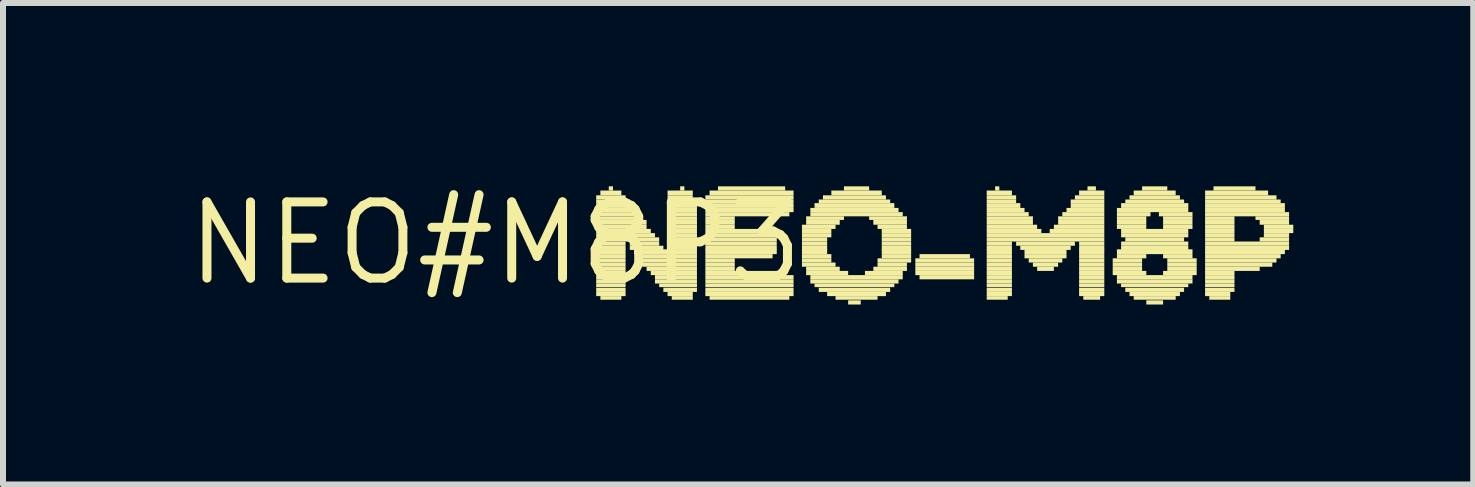
<source format=kicad_pcb>
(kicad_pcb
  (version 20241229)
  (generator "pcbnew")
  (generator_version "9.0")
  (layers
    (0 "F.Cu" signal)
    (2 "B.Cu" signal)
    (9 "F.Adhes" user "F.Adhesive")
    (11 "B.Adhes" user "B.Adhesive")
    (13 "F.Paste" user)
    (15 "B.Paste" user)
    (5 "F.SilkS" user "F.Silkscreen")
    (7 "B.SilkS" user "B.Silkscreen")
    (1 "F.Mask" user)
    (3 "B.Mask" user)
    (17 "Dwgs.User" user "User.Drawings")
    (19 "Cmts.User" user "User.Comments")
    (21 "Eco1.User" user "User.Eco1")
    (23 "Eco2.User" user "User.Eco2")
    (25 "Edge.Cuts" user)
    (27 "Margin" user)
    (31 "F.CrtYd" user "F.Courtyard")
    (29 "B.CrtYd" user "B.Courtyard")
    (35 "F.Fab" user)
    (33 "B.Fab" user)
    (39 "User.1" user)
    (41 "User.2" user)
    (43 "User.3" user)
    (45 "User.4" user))
  (footprint "NEO#M8P3"
    (layer "F.Cu")
    (at 5.208 1.006)
    (property "Reference" "NEO#M8P3" (at 0 0 0) (layer "F.SilkS") (effects (font (size 1.27 1.27) (thickness 0.15))))
    (fp_poly (pts (xy 1.68 -0.73) (xy 2.17 -0.73) (xy 2.17 -0.8) (xy 1.68 -0.8)) (stroke (width 0) (type solid)) (fill yes) (layer "F.SilkS"))
    (fp_poly (pts (xy 1.68 -0.67) (xy 2.24 -0.67) (xy 2.24 -0.73) (xy 1.68 -0.73)) (stroke (width 0) (type solid)) (fill yes) (layer "F.SilkS"))
    (fp_poly (pts (xy 1.68 -0.59) (xy 2.31 -0.59) (xy 2.31 -0.67) (xy 1.68 -0.67)) (stroke (width 0) (type solid)) (fill yes) (layer "F.SilkS"))
    (fp_poly (pts (xy 1.68 -0.52) (xy 2.31 -0.52) (xy 2.31 -0.59) (xy 1.68 -0.59)) (stroke (width 0) (type solid)) (fill yes) (layer "F.SilkS"))
    (fp_poly (pts (xy 1.68 -0.45) (xy 2.38 -0.45) (xy 2.38 -0.52) (xy 1.68 -0.52)) (stroke (width 0) (type solid)) (fill yes) (layer "F.SilkS"))
    (fp_poly (pts (xy 1.68 -0.39) (xy 2.45 -0.39) (xy 2.45 -0.45) (xy 1.68 -0.45)) (stroke (width 0) (type solid)) (fill yes) (layer "F.SilkS"))
    (fp_poly (pts (xy 1.68 -0.31) (xy 2.52 -0.31) (xy 2.52 -0.39) (xy 1.68 -0.39)) (stroke (width 0) (type solid)) (fill yes) (layer "F.SilkS"))
    (fp_poly (pts (xy 1.68 -0.24) (xy 2.52 -0.24) (xy 2.52 -0.31) (xy 1.68 -0.31)) (stroke (width 0) (type solid)) (fill yes) (layer "F.SilkS"))
    (fp_poly (pts (xy 1.68 -0.17) (xy 2.59 -0.17) (xy 2.59 -0.24) (xy 1.68 -0.24)) (stroke (width 0) (type solid)) (fill yes) (layer "F.SilkS"))
    (fp_poly (pts (xy 1.68 -0.1) (xy 2.66 -0.1) (xy 2.66 -0.17) (xy 1.68 -0.17)) (stroke (width 0) (type solid)) (fill yes) (layer "F.SilkS"))
    (fp_poly (pts (xy 1.68 -0.03) (xy 2.73 -0.03) (xy 2.73 -0.1) (xy 1.68 -0.1)) (stroke (width 0) (type solid)) (fill yes) (layer "F.SilkS"))
    (fp_poly (pts (xy 1.68 0.04) (xy 2.17 0.04) (xy 2.17 -0.03) (xy 1.68 -0.03)) (stroke (width 0) (type solid)) (fill yes) (layer "F.SilkS"))
    (fp_poly (pts (xy 1.68 0.11) (xy 2.17 0.11) (xy 2.17 0.04) (xy 1.68 0.04)) (stroke (width 0) (type solid)) (fill yes) (layer "F.SilkS"))
    (fp_poly (pts (xy 1.68 0.18) (xy 2.17 0.18) (xy 2.17 0.1) (xy 1.68 0.1)) (stroke (width 0) (type solid)) (fill yes) (layer "F.SilkS"))
    (fp_poly (pts (xy 1.68 0.25) (xy 2.17 0.25) (xy 2.17 0.18) (xy 1.68 0.18)) (stroke (width 0) (type solid)) (fill yes) (layer "F.SilkS"))
    (fp_poly (pts (xy 1.68 0.32) (xy 2.17 0.32) (xy 2.17 0.25) (xy 1.68 0.25)) (stroke (width 0) (type solid)) (fill yes) (layer "F.SilkS"))
    (fp_poly (pts (xy 1.68 0.39) (xy 2.17 0.39) (xy 2.17 0.32) (xy 1.68 0.32)) (stroke (width 0) (type solid)) (fill yes) (layer "F.SilkS"))
    (fp_poly (pts (xy 1.68 0.46) (xy 2.17 0.46) (xy 2.17 0.39) (xy 1.68 0.39)) (stroke (width 0) (type solid)) (fill yes) (layer "F.SilkS"))
    (fp_poly (pts (xy 1.68 0.53) (xy 2.17 0.53) (xy 2.17 0.46) (xy 1.68 0.46)) (stroke (width 0) (type solid)) (fill yes) (layer "F.SilkS"))
    (fp_poly (pts (xy 1.68 0.6) (xy 2.17 0.6) (xy 2.17 0.53) (xy 1.68 0.53)) (stroke (width 0) (type solid)) (fill yes) (layer "F.SilkS"))
    (fp_poly (pts (xy 1.68 0.67) (xy 2.17 0.67) (xy 2.17 0.6) (xy 1.68 0.6)) (stroke (width 0) (type solid)) (fill yes) (layer "F.SilkS"))
    (fp_poly (pts (xy 1.68 0.73) (xy 2.17 0.73) (xy 2.17 0.67) (xy 1.68 0.67)) (stroke (width 0) (type solid)) (fill yes) (layer "F.SilkS"))
    (fp_poly (pts (xy 1.68 0.81) (xy 2.17 0.81) (xy 2.17 0.74) (xy 1.68 0.74)) (stroke (width 0) (type solid)) (fill yes) (layer "F.SilkS"))
    (fp_poly (pts (xy 1.68 0.88) (xy 2.17 0.88) (xy 2.17 0.81) (xy 1.68 0.81)) (stroke (width 0) (type solid)) (fill yes) (layer "F.SilkS"))
    (fp_poly (pts (xy 1.75 -0.8) (xy 2.1 -0.8) (xy 2.1 -0.88) (xy 1.75 -0.88)) (stroke (width 0) (type solid)) (fill yes) (layer "F.SilkS"))
    (fp_poly (pts (xy 1.75 0.94) (xy 2.1 0.94) (xy 2.1 0.88) (xy 1.75 0.88)) (stroke (width 0) (type solid)) (fill yes) (layer "F.SilkS"))
    (fp_poly (pts (xy 1.89 -0.88) (xy 1.96 -0.88) (xy 1.96 -0.95) (xy 1.89 -0.95)) (stroke (width 0) (type solid)) (fill yes) (layer "F.SilkS"))
    (fp_poly (pts (xy 2.24 0.04) (xy 2.73 0.04) (xy 2.73 -0.03) (xy 2.24 -0.03)) (stroke (width 0) (type solid)) (fill yes) (layer "F.SilkS"))
    (fp_poly (pts (xy 2.24 0.11) (xy 2.8 0.11) (xy 2.8 0.04) (xy 2.24 0.04)) (stroke (width 0) (type solid)) (fill yes) (layer "F.SilkS"))
    (fp_poly (pts (xy 2.31 0.18) (xy 3.36 0.18) (xy 3.36 0.1) (xy 2.31 0.1)) (stroke (width 0) (type solid)) (fill yes) (layer "F.SilkS"))
    (fp_poly (pts (xy 2.38 0.25) (xy 3.36 0.25) (xy 3.36 0.18) (xy 2.38 0.18)) (stroke (width 0) (type solid)) (fill yes) (layer "F.SilkS"))
    (fp_poly (pts (xy 2.45 0.32) (xy 3.36 0.32) (xy 3.36 0.25) (xy 2.45 0.25)) (stroke (width 0) (type solid)) (fill yes) (layer "F.SilkS"))
    (fp_poly (pts (xy 2.45 0.39) (xy 3.36 0.39) (xy 3.36 0.32) (xy 2.45 0.32)) (stroke (width 0) (type solid)) (fill yes) (layer "F.SilkS"))
    (fp_poly (pts (xy 2.52 0.46) (xy 3.36 0.46) (xy 3.36 0.39) (xy 2.52 0.39)) (stroke (width 0) (type solid)) (fill yes) (layer "F.SilkS"))
    (fp_poly (pts (xy 2.59 0.53) (xy 3.36 0.53) (xy 3.36 0.46) (xy 2.59 0.46)) (stroke (width 0) (type solid)) (fill yes) (layer "F.SilkS"))
    (fp_poly (pts (xy 2.66 0.6) (xy 3.36 0.6) (xy 3.36 0.53) (xy 2.66 0.53)) (stroke (width 0) (type solid)) (fill yes) (layer "F.SilkS"))
    (fp_poly (pts (xy 2.66 0.67) (xy 3.36 0.67) (xy 3.36 0.6) (xy 2.66 0.6)) (stroke (width 0) (type solid)) (fill yes) (layer "F.SilkS"))
    (fp_poly (pts (xy 2.73 0.73) (xy 3.36 0.73) (xy 3.36 0.67) (xy 2.73 0.67)) (stroke (width 0) (type solid)) (fill yes) (layer "F.SilkS"))
    (fp_poly (pts (xy 2.8 0.81) (xy 3.36 0.81) (xy 3.36 0.74) (xy 2.8 0.74)) (stroke (width 0) (type solid)) (fill yes) (layer "F.SilkS"))
    (fp_poly (pts (xy 2.87 -0.8) (xy 3.29 -0.8) (xy 3.29 -0.88) (xy 2.87 -0.88)) (stroke (width 0) (type solid)) (fill yes) (layer "F.SilkS"))
    (fp_poly (pts (xy 2.87 -0.73) (xy 3.29 -0.73) (xy 3.29 -0.8) (xy 2.87 -0.8)) (stroke (width 0) (type solid)) (fill yes) (layer "F.SilkS"))
    (fp_poly (pts (xy 2.87 -0.67) (xy 3.36 -0.67) (xy 3.36 -0.73) (xy 2.87 -0.73)) (stroke (width 0) (type solid)) (fill yes) (layer "F.SilkS"))
    (fp_poly (pts (xy 2.87 -0.59) (xy 3.36 -0.59) (xy 3.36 -0.67) (xy 2.87 -0.67)) (stroke (width 0) (type solid)) (fill yes) (layer "F.SilkS"))
    (fp_poly (pts (xy 2.87 -0.52) (xy 3.36 -0.52) (xy 3.36 -0.59) (xy 2.87 -0.59)) (stroke (width 0) (type solid)) (fill yes) (layer "F.SilkS"))
    (fp_poly (pts (xy 2.87 -0.45) (xy 3.36 -0.45) (xy 3.36 -0.52) (xy 2.87 -0.52)) (stroke (width 0) (type solid)) (fill yes) (layer "F.SilkS"))
    (fp_poly (pts (xy 2.87 -0.39) (xy 3.36 -0.39) (xy 3.36 -0.45) (xy 2.87 -0.45)) (stroke (width 0) (type solid)) (fill yes) (layer "F.SilkS"))
    (fp_poly (pts (xy 2.87 -0.31) (xy 3.36 -0.31) (xy 3.36 -0.39) (xy 2.87 -0.39)) (stroke (width 0) (type solid)) (fill yes) (layer "F.SilkS"))
    (fp_poly (pts (xy 2.87 -0.24) (xy 3.36 -0.24) (xy 3.36 -0.31) (xy 2.87 -0.31)) (stroke (width 0) (type solid)) (fill yes) (layer "F.SilkS"))
    (fp_poly (pts (xy 2.87 -0.17) (xy 3.36 -0.17) (xy 3.36 -0.24) (xy 2.87 -0.24)) (stroke (width 0) (type solid)) (fill yes) (layer "F.SilkS"))
    (fp_poly (pts (xy 2.87 -0.1) (xy 3.36 -0.1) (xy 3.36 -0.17) (xy 2.87 -0.17)) (stroke (width 0) (type solid)) (fill yes) (layer "F.SilkS"))
    (fp_poly (pts (xy 2.87 -0.03) (xy 3.36 -0.03) (xy 3.36 -0.1) (xy 2.87 -0.1)) (stroke (width 0) (type solid)) (fill yes) (layer "F.SilkS"))
    (fp_poly (pts (xy 2.87 0.04) (xy 3.36 0.04) (xy 3.36 -0.03) (xy 2.87 -0.03)) (stroke (width 0) (type solid)) (fill yes) (layer "F.SilkS"))
    (fp_poly (pts (xy 2.87 0.11) (xy 3.36 0.11) (xy 3.36 0.04) (xy 2.87 0.04)) (stroke (width 0) (type solid)) (fill yes) (layer "F.SilkS"))
    (fp_poly (pts (xy 2.87 0.88) (xy 3.29 0.88) (xy 3.29 0.81) (xy 2.87 0.81)) (stroke (width 0) (type solid)) (fill yes) (layer "F.SilkS"))
    (fp_poly (pts (xy 2.94 0.94) (xy 3.29 0.94) (xy 3.29 0.88) (xy 2.94 0.88)) (stroke (width 0) (type solid)) (fill yes) (layer "F.SilkS"))
    (fp_poly (pts (xy 3.08 -0.88) (xy 3.15 -0.88) (xy 3.15 -0.95) (xy 3.08 -0.95)) (stroke (width 0) (type solid)) (fill yes) (layer "F.SilkS"))
    (fp_poly (pts (xy 3.5 -0.73) (xy 4.97 -0.73) (xy 4.97 -0.8) (xy 3.5 -0.8)) (stroke (width 0) (type solid)) (fill yes) (layer "F.SilkS"))
    (fp_poly (pts (xy 3.5 -0.67) (xy 4.97 -0.67) (xy 4.97 -0.73) (xy 3.5 -0.73)) (stroke (width 0) (type solid)) (fill yes) (layer "F.SilkS"))
    (fp_poly (pts (xy 3.5 -0.59) (xy 4.97 -0.59) (xy 4.97 -0.67) (xy 3.5 -0.67)) (stroke (width 0) (type solid)) (fill yes) (layer "F.SilkS"))
    (fp_poly (pts (xy 3.5 -0.52) (xy 4.97 -0.52) (xy 4.97 -0.59) (xy 3.5 -0.59)) (stroke (width 0) (type solid)) (fill yes) (layer "F.SilkS"))
    (fp_poly (pts (xy 3.5 -0.45) (xy 4.9 -0.45) (xy 4.9 -0.52) (xy 3.5 -0.52)) (stroke (width 0) (type solid)) (fill yes) (layer "F.SilkS"))
    (fp_poly (pts (xy 3.5 -0.39) (xy 3.99 -0.39) (xy 3.99 -0.45) (xy 3.5 -0.45)) (stroke (width 0) (type solid)) (fill yes) (layer "F.SilkS"))
    (fp_poly (pts (xy 3.5 -0.31) (xy 3.99 -0.31) (xy 3.99 -0.39) (xy 3.5 -0.39)) (stroke (width 0) (type solid)) (fill yes) (layer "F.SilkS"))
    (fp_poly (pts (xy 3.5 -0.24) (xy 3.99 -0.24) (xy 3.99 -0.31) (xy 3.5 -0.31)) (stroke (width 0) (type solid)) (fill yes) (layer "F.SilkS"))
    (fp_poly (pts (xy 3.5 -0.17) (xy 4.55 -0.17) (xy 4.55 -0.24) (xy 3.5 -0.24)) (stroke (width 0) (type solid)) (fill yes) (layer "F.SilkS"))
    (fp_poly (pts (xy 3.5 -0.1) (xy 4.69 -0.1) (xy 4.69 -0.17) (xy 3.5 -0.17)) (stroke (width 0) (type solid)) (fill yes) (layer "F.SilkS"))
    (fp_poly (pts (xy 3.5 -0.03) (xy 4.69 -0.03) (xy 4.69 -0.1) (xy 3.5 -0.1)) (stroke (width 0) (type solid)) (fill yes) (layer "F.SilkS"))
    (fp_poly (pts (xy 3.5 0.04) (xy 4.69 0.04) (xy 4.69 -0.03) (xy 3.5 -0.03)) (stroke (width 0) (type solid)) (fill yes) (layer "F.SilkS"))
    (fp_poly (pts (xy 3.5 0.11) (xy 4.69 0.11) (xy 4.69 0.04) (xy 3.5 0.04)) (stroke (width 0) (type solid)) (fill yes) (layer "F.SilkS"))
    (fp_poly (pts (xy 3.5 0.18) (xy 4.69 0.18) (xy 4.69 0.1) (xy 3.5 0.1)) (stroke (width 0) (type solid)) (fill yes) (layer "F.SilkS"))
    (fp_poly (pts (xy 3.5 0.25) (xy 4.62 0.25) (xy 4.62 0.18) (xy 3.5 0.18)) (stroke (width 0) (type solid)) (fill yes) (layer "F.SilkS"))
    (fp_poly (pts (xy 3.5 0.32) (xy 3.99 0.32) (xy 3.99 0.25) (xy 3.5 0.25)) (stroke (width 0) (type solid)) (fill yes) (layer "F.SilkS"))
    (fp_poly (pts (xy 3.5 0.39) (xy 3.99 0.39) (xy 3.99 0.32) (xy 3.5 0.32)) (stroke (width 0) (type solid)) (fill yes) (layer "F.SilkS"))
    (fp_poly (pts (xy 3.5 0.46) (xy 3.99 0.46) (xy 3.99 0.39) (xy 3.5 0.39)) (stroke (width 0) (type solid)) (fill yes) (layer "F.SilkS"))
    (fp_poly (pts (xy 3.5 0.53) (xy 4.83 0.53) (xy 4.83 0.46) (xy 3.5 0.46)) (stroke (width 0) (type solid)) (fill yes) (layer "F.SilkS"))
    (fp_poly (pts (xy 3.5 0.6) (xy 4.97 0.6) (xy 4.97 0.53) (xy 3.5 0.53)) (stroke (width 0) (type solid)) (fill yes) (layer "F.SilkS"))
    (fp_poly (pts (xy 3.5 0.67) (xy 4.97 0.67) (xy 4.97 0.6) (xy 3.5 0.6)) (stroke (width 0) (type solid)) (fill yes) (layer "F.SilkS"))
    (fp_poly (pts (xy 3.5 0.73) (xy 4.97 0.73) (xy 4.97 0.67) (xy 3.5 0.67)) (stroke (width 0) (type solid)) (fill yes) (layer "F.SilkS"))
    (fp_poly (pts (xy 3.5 0.81) (xy 4.97 0.81) (xy 4.97 0.74) (xy 3.5 0.74)) (stroke (width 0) (type solid)) (fill yes) (layer "F.SilkS"))
    (fp_poly (pts (xy 3.5 0.88) (xy 4.97 0.88) (xy 4.97 0.81) (xy 3.5 0.81)) (stroke (width 0) (type solid)) (fill yes) (layer "F.SilkS"))
    (fp_poly (pts (xy 3.57 -0.8) (xy 4.97 -0.8) (xy 4.97 -0.88) (xy 3.57 -0.88)) (stroke (width 0) (type solid)) (fill yes) (layer "F.SilkS"))
    (fp_poly (pts (xy 3.57 0.94) (xy 4.9 0.94) (xy 4.9 0.88) (xy 3.57 0.88)) (stroke (width 0) (type solid)) (fill yes) (layer "F.SilkS"))
    (fp_poly (pts (xy 3.71 -0.88) (xy 4.83 -0.88) (xy 4.83 -0.95) (xy 3.71 -0.95)) (stroke (width 0) (type solid)) (fill yes) (layer "F.SilkS"))
    (fp_poly (pts (xy 5.11 -0.24) (xy 5.67 -0.24) (xy 5.67 -0.31) (xy 5.11 -0.31)) (stroke (width 0) (type solid)) (fill yes) (layer "F.SilkS"))
    (fp_poly (pts (xy 5.11 -0.17) (xy 5.6 -0.17) (xy 5.6 -0.24) (xy 5.11 -0.24)) (stroke (width 0) (type solid)) (fill yes) (layer "F.SilkS"))
    (fp_poly (pts (xy 5.11 -0.1) (xy 5.6 -0.1) (xy 5.6 -0.17) (xy 5.11 -0.17)) (stroke (width 0) (type solid)) (fill yes) (layer "F.SilkS"))
    (fp_poly (pts (xy 5.11 -0.03) (xy 5.53 -0.03) (xy 5.53 -0.1) (xy 5.11 -0.1)) (stroke (width 0) (type solid)) (fill yes) (layer "F.SilkS"))
    (fp_poly (pts (xy 5.11 0.04) (xy 5.53 0.04) (xy 5.53 -0.03) (xy 5.11 -0.03)) (stroke (width 0) (type solid)) (fill yes) (layer "F.SilkS"))
    (fp_poly (pts (xy 5.11 0.11) (xy 5.53 0.11) (xy 5.53 0.04) (xy 5.11 0.04)) (stroke (width 0) (type solid)) (fill yes) (layer "F.SilkS"))
    (fp_poly (pts (xy 5.11 0.18) (xy 5.53 0.18) (xy 5.53 0.1) (xy 5.11 0.1)) (stroke (width 0) (type solid)) (fill yes) (layer "F.SilkS"))
    (fp_poly (pts (xy 5.11 0.25) (xy 5.6 0.25) (xy 5.6 0.18) (xy 5.11 0.18)) (stroke (width 0) (type solid)) (fill yes) (layer "F.SilkS"))
    (fp_poly (pts (xy 5.11 0.32) (xy 5.6 0.32) (xy 5.6 0.25) (xy 5.11 0.25)) (stroke (width 0) (type solid)) (fill yes) (layer "F.SilkS"))
    (fp_poly (pts (xy 5.11 0.39) (xy 5.67 0.39) (xy 5.67 0.32) (xy 5.11 0.32)) (stroke (width 0) (type solid)) (fill yes) (layer "F.SilkS"))
    (fp_poly (pts (xy 5.18 -0.39) (xy 5.81 -0.39) (xy 5.81 -0.45) (xy 5.18 -0.45)) (stroke (width 0) (type solid)) (fill yes) (layer "F.SilkS"))
    (fp_poly (pts (xy 5.18 -0.31) (xy 5.74 -0.31) (xy 5.74 -0.39) (xy 5.18 -0.39)) (stroke (width 0) (type solid)) (fill yes) (layer "F.SilkS"))
    (fp_poly (pts (xy 5.18 0.46) (xy 5.74 0.46) (xy 5.74 0.39) (xy 5.18 0.39)) (stroke (width 0) (type solid)) (fill yes) (layer "F.SilkS"))
    (fp_poly (pts (xy 5.18 0.53) (xy 5.88 0.53) (xy 5.88 0.46) (xy 5.18 0.46)) (stroke (width 0) (type solid)) (fill yes) (layer "F.SilkS"))
    (fp_poly (pts (xy 5.25 -0.52) (xy 6.72 -0.52) (xy 6.72 -0.59) (xy 5.25 -0.59)) (stroke (width 0) (type solid)) (fill yes) (layer "F.SilkS"))
    (fp_poly (pts (xy 5.25 -0.45) (xy 6.79 -0.45) (xy 6.79 -0.52) (xy 5.25 -0.52)) (stroke (width 0) (type solid)) (fill yes) (layer "F.SilkS"))
    (fp_poly (pts (xy 5.25 0.6) (xy 6.79 0.6) (xy 6.79 0.53) (xy 5.25 0.53)) (stroke (width 0) (type solid)) (fill yes) (layer "F.SilkS"))
    (fp_poly (pts (xy 5.25 0.67) (xy 6.72 0.67) (xy 6.72 0.6) (xy 5.25 0.6)) (stroke (width 0) (type solid)) (fill yes) (layer "F.SilkS"))
    (fp_poly (pts (xy 5.32 -0.59) (xy 6.65 -0.59) (xy 6.65 -0.67) (xy 5.32 -0.67)) (stroke (width 0) (type solid)) (fill yes) (layer "F.SilkS"))
    (fp_poly (pts (xy 5.32 0.73) (xy 6.65 0.73) (xy 6.65 0.67) (xy 5.32 0.67)) (stroke (width 0) (type solid)) (fill yes) (layer "F.SilkS"))
    (fp_poly (pts (xy 5.39 -0.67) (xy 6.58 -0.67) (xy 6.58 -0.73) (xy 5.39 -0.73)) (stroke (width 0) (type solid)) (fill yes) (layer "F.SilkS"))
    (fp_poly (pts (xy 5.39 0.81) (xy 6.58 0.81) (xy 6.58 0.74) (xy 5.39 0.74)) (stroke (width 0) (type solid)) (fill yes) (layer "F.SilkS"))
    (fp_poly (pts (xy 5.46 -0.73) (xy 6.51 -0.73) (xy 6.51 -0.8) (xy 5.46 -0.8)) (stroke (width 0) (type solid)) (fill yes) (layer "F.SilkS"))
    (fp_poly (pts (xy 5.53 0.88) (xy 6.51 0.88) (xy 6.51 0.81) (xy 5.53 0.81)) (stroke (width 0) (type solid)) (fill yes) (layer "F.SilkS"))
    (fp_poly (pts (xy 5.6 -0.8) (xy 6.44 -0.8) (xy 6.44 -0.88) (xy 5.6 -0.88)) (stroke (width 0) (type solid)) (fill yes) (layer "F.SilkS"))
    (fp_poly (pts (xy 5.67 0.94) (xy 6.37 0.94) (xy 6.37 0.88) (xy 5.67 0.88)) (stroke (width 0) (type solid)) (fill yes) (layer "F.SilkS"))
    (fp_poly (pts (xy 5.81 -0.88) (xy 6.23 -0.88) (xy 6.23 -0.95) (xy 5.81 -0.95)) (stroke (width 0) (type solid)) (fill yes) (layer "F.SilkS"))
    (fp_poly (pts (xy 5.88 1.02) (xy 6.09 1.02) (xy 6.09 0.95) (xy 5.88 0.95)) (stroke (width 0) (type solid)) (fill yes) (layer "F.SilkS"))
    (fp_poly (pts (xy 6.16 0.53) (xy 6.79 0.53) (xy 6.79 0.46) (xy 6.16 0.46)) (stroke (width 0) (type solid)) (fill yes) (layer "F.SilkS"))
    (fp_poly (pts (xy 6.23 -0.39) (xy 6.86 -0.39) (xy 6.86 -0.45) (xy 6.23 -0.45)) (stroke (width 0) (type solid)) (fill yes) (layer "F.SilkS"))
    (fp_poly (pts (xy 6.3 -0.31) (xy 6.86 -0.31) (xy 6.86 -0.39) (xy 6.3 -0.39)) (stroke (width 0) (type solid)) (fill yes) (layer "F.SilkS"))
    (fp_poly (pts (xy 6.3 0.46) (xy 6.86 0.46) (xy 6.86 0.39) (xy 6.3 0.39)) (stroke (width 0) (type solid)) (fill yes) (layer "F.SilkS"))
    (fp_poly (pts (xy 6.37 -0.24) (xy 6.86 -0.24) (xy 6.86 -0.31) (xy 6.37 -0.31)) (stroke (width 0) (type solid)) (fill yes) (layer "F.SilkS"))
    (fp_poly (pts (xy 6.37 0.32) (xy 6.93 0.32) (xy 6.93 0.25) (xy 6.37 0.25)) (stroke (width 0) (type solid)) (fill yes) (layer "F.SilkS"))
    (fp_poly (pts (xy 6.37 0.39) (xy 6.86 0.39) (xy 6.86 0.32) (xy 6.37 0.32)) (stroke (width 0) (type solid)) (fill yes) (layer "F.SilkS"))
    (fp_poly (pts (xy 6.44 -0.17) (xy 6.93 -0.17) (xy 6.93 -0.24) (xy 6.44 -0.24)) (stroke (width 0) (type solid)) (fill yes) (layer "F.SilkS"))
    (fp_poly (pts (xy 6.44 -0.1) (xy 6.93 -0.1) (xy 6.93 -0.17) (xy 6.44 -0.17)) (stroke (width 0) (type solid)) (fill yes) (layer "F.SilkS"))
    (fp_poly (pts (xy 6.44 -0.03) (xy 6.93 -0.03) (xy 6.93 -0.1) (xy 6.44 -0.1)) (stroke (width 0) (type solid)) (fill yes) (layer "F.SilkS"))
    (fp_poly (pts (xy 6.44 0.04) (xy 6.93 0.04) (xy 6.93 -0.03) (xy 6.44 -0.03)) (stroke (width 0) (type solid)) (fill yes) (layer "F.SilkS"))
    (fp_poly (pts (xy 6.44 0.11) (xy 6.93 0.11) (xy 6.93 0.04) (xy 6.44 0.04)) (stroke (width 0) (type solid)) (fill yes) (layer "F.SilkS"))
    (fp_poly (pts (xy 6.44 0.18) (xy 6.93 0.18) (xy 6.93 0.1) (xy 6.44 0.1)) (stroke (width 0) (type solid)) (fill yes) (layer "F.SilkS"))
    (fp_poly (pts (xy 6.44 0.25) (xy 6.93 0.25) (xy 6.93 0.18) (xy 6.44 0.18)) (stroke (width 0) (type solid)) (fill yes) (layer "F.SilkS"))
    (fp_poly (pts (xy 7 0.32) (xy 7.98 0.32) (xy 7.98 0.25) (xy 7 0.25)) (stroke (width 0) (type solid)) (fill yes) (layer "F.SilkS"))
    (fp_poly (pts (xy 7 0.39) (xy 7.98 0.39) (xy 7.98 0.32) (xy 7 0.32)) (stroke (width 0) (type solid)) (fill yes) (layer "F.SilkS"))
    (fp_poly (pts (xy 7 0.46) (xy 7.98 0.46) (xy 7.98 0.39) (xy 7 0.39)) (stroke (width 0) (type solid)) (fill yes) (layer "F.SilkS"))
    (fp_poly (pts (xy 7 0.53) (xy 7.98 0.53) (xy 7.98 0.46) (xy 7 0.46)) (stroke (width 0) (type solid)) (fill yes) (layer "F.SilkS"))
    (fp_poly (pts (xy 7.07 0.25) (xy 7.91 0.25) (xy 7.91 0.18) (xy 7.07 0.18)) (stroke (width 0) (type solid)) (fill yes) (layer "F.SilkS"))
    (fp_poly (pts (xy 7.07 0.6) (xy 7.98 0.6) (xy 7.98 0.53) (xy 7.07 0.53)) (stroke (width 0) (type solid)) (fill yes) (layer "F.SilkS"))
    (fp_poly (pts (xy 8.19 -0.8) (xy 8.61 -0.8) (xy 8.61 -0.88) (xy 8.19 -0.88)) (stroke (width 0) (type solid)) (fill yes) (layer "F.SilkS"))
    (fp_poly (pts (xy 8.19 -0.73) (xy 8.68 -0.73) (xy 8.68 -0.8) (xy 8.19 -0.8)) (stroke (width 0) (type solid)) (fill yes) (layer "F.SilkS"))
    (fp_poly (pts (xy 8.19 -0.67) (xy 8.68 -0.67) (xy 8.68 -0.73) (xy 8.19 -0.73)) (stroke (width 0) (type solid)) (fill yes) (layer "F.SilkS"))
    (fp_poly (pts (xy 8.19 -0.59) (xy 8.75 -0.59) (xy 8.75 -0.67) (xy 8.19 -0.67)) (stroke (width 0) (type solid)) (fill yes) (layer "F.SilkS"))
    (fp_poly (pts (xy 8.19 -0.52) (xy 8.82 -0.52) (xy 8.82 -0.59) (xy 8.19 -0.59)) (stroke (width 0) (type solid)) (fill yes) (layer "F.SilkS"))
    (fp_poly (pts (xy 8.19 -0.45) (xy 8.89 -0.45) (xy 8.89 -0.52) (xy 8.19 -0.52)) (stroke (width 0) (type solid)) (fill yes) (layer "F.SilkS"))
    (fp_poly (pts (xy 8.19 -0.39) (xy 8.96 -0.39) (xy 8.96 -0.45) (xy 8.19 -0.45)) (stroke (width 0) (type solid)) (fill yes) (layer "F.SilkS"))
    (fp_poly (pts (xy 8.19 -0.31) (xy 8.96 -0.31) (xy 8.96 -0.39) (xy 8.19 -0.39)) (stroke (width 0) (type solid)) (fill yes) (layer "F.SilkS"))
    (fp_poly (pts (xy 8.19 -0.24) (xy 9.03 -0.24) (xy 9.03 -0.31) (xy 8.19 -0.31)) (stroke (width 0) (type solid)) (fill yes) (layer "F.SilkS"))
    (fp_poly (pts (xy 8.19 -0.17) (xy 9.1 -0.17) (xy 9.1 -0.24) (xy 8.19 -0.24)) (stroke (width 0) (type solid)) (fill yes) (layer "F.SilkS"))
    (fp_poly (pts (xy 8.19 -0.1) (xy 10.15 -0.1) (xy 10.15 -0.17) (xy 8.19 -0.17)) (stroke (width 0) (type solid)) (fill yes) (layer "F.SilkS"))
    (fp_poly (pts (xy 8.19 -0.03) (xy 10.15 -0.03) (xy 10.15 -0.1) (xy 8.19 -0.1)) (stroke (width 0) (type solid)) (fill yes) (layer "F.SilkS"))
    (fp_poly (pts (xy 8.19 0.04) (xy 8.61 0.04) (xy 8.61 -0.03) (xy 8.19 -0.03)) (stroke (width 0) (type solid)) (fill yes) (layer "F.SilkS"))
    (fp_poly (pts (xy 8.19 0.11) (xy 8.61 0.11) (xy 8.61 0.04) (xy 8.19 0.04)) (stroke (width 0) (type solid)) (fill yes) (layer "F.SilkS"))
    (fp_poly (pts (xy 8.19 0.18) (xy 8.61 0.18) (xy 8.61 0.1) (xy 8.19 0.1)) (stroke (width 0) (type solid)) (fill yes) (layer "F.SilkS"))
    (fp_poly (pts (xy 8.19 0.25) (xy 8.61 0.25) (xy 8.61 0.18) (xy 8.19 0.18)) (stroke (width 0) (type solid)) (fill yes) (layer "F.SilkS"))
    (fp_poly (pts (xy 8.19 0.32) (xy 8.61 0.32) (xy 8.61 0.25) (xy 8.19 0.25)) (stroke (width 0) (type solid)) (fill yes) (layer "F.SilkS"))
    (fp_poly (pts (xy 8.19 0.39) (xy 8.61 0.39) (xy 8.61 0.32) (xy 8.19 0.32)) (stroke (width 0) (type solid)) (fill yes) (layer "F.SilkS"))
    (fp_poly (pts (xy 8.19 0.46) (xy 8.61 0.46) (xy 8.61 0.39) (xy 8.19 0.39)) (stroke (width 0) (type solid)) (fill yes) (layer "F.SilkS"))
    (fp_poly (pts (xy 8.19 0.53) (xy 8.61 0.53) (xy 8.61 0.46) (xy 8.19 0.46)) (stroke (width 0) (type solid)) (fill yes) (layer "F.SilkS"))
    (fp_poly (pts (xy 8.19 0.6) (xy 8.61 0.6) (xy 8.61 0.53) (xy 8.19 0.53)) (stroke (width 0) (type solid)) (fill yes) (layer "F.SilkS"))
    (fp_poly (pts (xy 8.19 0.67) (xy 8.61 0.67) (xy 8.61 0.6) (xy 8.19 0.6)) (stroke (width 0) (type solid)) (fill yes) (layer "F.SilkS"))
    (fp_poly (pts (xy 8.19 0.73) (xy 8.61 0.73) (xy 8.61 0.67) (xy 8.19 0.67)) (stroke (width 0) (type solid)) (fill yes) (layer "F.SilkS"))
    (fp_poly (pts (xy 8.19 0.81) (xy 8.61 0.81) (xy 8.61 0.74) (xy 8.19 0.74)) (stroke (width 0) (type solid)) (fill yes) (layer "F.SilkS"))
    (fp_poly (pts (xy 8.19 0.88) (xy 8.61 0.88) (xy 8.61 0.81) (xy 8.19 0.81)) (stroke (width 0) (type solid)) (fill yes) (layer "F.SilkS"))
    (fp_poly (pts (xy 8.19 0.94) (xy 8.54 0.94) (xy 8.54 0.88) (xy 8.19 0.88)) (stroke (width 0) (type solid)) (fill yes) (layer "F.SilkS"))
    (fp_poly (pts (xy 8.33 -0.88) (xy 8.4 -0.88) (xy 8.4 -0.95) (xy 8.33 -0.95)) (stroke (width 0) (type solid)) (fill yes) (layer "F.SilkS"))
    (fp_poly (pts (xy 8.68 0.04) (xy 9.66 0.04) (xy 9.66 -0.03) (xy 8.68 -0.03)) (stroke (width 0) (type solid)) (fill yes) (layer "F.SilkS"))
    (fp_poly (pts (xy 8.75 0.11) (xy 9.59 0.11) (xy 9.59 0.04) (xy 8.75 0.04)) (stroke (width 0) (type solid)) (fill yes) (layer "F.SilkS"))
    (fp_poly (pts (xy 8.82 0.18) (xy 9.52 0.18) (xy 9.52 0.1) (xy 8.82 0.1)) (stroke (width 0) (type solid)) (fill yes) (layer "F.SilkS"))
    (fp_poly (pts (xy 8.82 0.25) (xy 9.52 0.25) (xy 9.52 0.18) (xy 8.82 0.18)) (stroke (width 0) (type solid)) (fill yes) (layer "F.SilkS"))
    (fp_poly (pts (xy 8.89 0.32) (xy 9.45 0.32) (xy 9.45 0.25) (xy 8.89 0.25)) (stroke (width 0) (type solid)) (fill yes) (layer "F.SilkS"))
    (fp_poly (pts (xy 8.96 0.39) (xy 9.38 0.39) (xy 9.38 0.32) (xy 8.96 0.32)) (stroke (width 0) (type solid)) (fill yes) (layer "F.SilkS"))
    (fp_poly (pts (xy 9.03 0.46) (xy 9.31 0.46) (xy 9.31 0.39) (xy 9.03 0.39)) (stroke (width 0) (type solid)) (fill yes) (layer "F.SilkS"))
    (fp_poly (pts (xy 9.24 -0.17) (xy 10.15 -0.17) (xy 10.15 -0.24) (xy 9.24 -0.24)) (stroke (width 0) (type solid)) (fill yes) (layer "F.SilkS"))
    (fp_poly (pts (xy 9.31 -0.24) (xy 10.15 -0.24) (xy 10.15 -0.31) (xy 9.31 -0.31)) (stroke (width 0) (type solid)) (fill yes) (layer "F.SilkS"))
    (fp_poly (pts (xy 9.38 -0.39) (xy 10.15 -0.39) (xy 10.15 -0.45) (xy 9.38 -0.45)) (stroke (width 0) (type solid)) (fill yes) (layer "F.SilkS"))
    (fp_poly (pts (xy 9.38 -0.31) (xy 10.15 -0.31) (xy 10.15 -0.39) (xy 9.38 -0.39)) (stroke (width 0) (type solid)) (fill yes) (layer "F.SilkS"))
    (fp_poly (pts (xy 9.45 -0.45) (xy 10.15 -0.45) (xy 10.15 -0.52) (xy 9.45 -0.52)) (stroke (width 0) (type solid)) (fill yes) (layer "F.SilkS"))
    (fp_poly (pts (xy 9.52 -0.52) (xy 10.15 -0.52) (xy 10.15 -0.59) (xy 9.52 -0.59)) (stroke (width 0) (type solid)) (fill yes) (layer "F.SilkS"))
    (fp_poly (pts (xy 9.59 -0.67) (xy 10.15 -0.67) (xy 10.15 -0.73) (xy 9.59 -0.73)) (stroke (width 0) (type solid)) (fill yes) (layer "F.SilkS"))
    (fp_poly (pts (xy 9.59 -0.59) (xy 10.15 -0.59) (xy 10.15 -0.67) (xy 9.59 -0.67)) (stroke (width 0) (type solid)) (fill yes) (layer "F.SilkS"))
    (fp_poly (pts (xy 9.66 -0.73) (xy 10.15 -0.73) (xy 10.15 -0.8) (xy 9.66 -0.8)) (stroke (width 0) (type solid)) (fill yes) (layer "F.SilkS"))
    (fp_poly (pts (xy 9.73 -0.8) (xy 10.15 -0.8) (xy 10.15 -0.88) (xy 9.73 -0.88)) (stroke (width 0) (type solid)) (fill yes) (layer "F.SilkS"))
    (fp_poly (pts (xy 9.73 0.04) (xy 10.15 0.04) (xy 10.15 -0.03) (xy 9.73 -0.03)) (stroke (width 0) (type solid)) (fill yes) (layer "F.SilkS"))
    (fp_poly (pts (xy 9.73 0.11) (xy 10.15 0.11) (xy 10.15 0.04) (xy 9.73 0.04)) (stroke (width 0) (type solid)) (fill yes) (layer "F.SilkS"))
    (fp_poly (pts (xy 9.73 0.18) (xy 10.15 0.18) (xy 10.15 0.1) (xy 9.73 0.1)) (stroke (width 0) (type solid)) (fill yes) (layer "F.SilkS"))
    (fp_poly (pts (xy 9.73 0.25) (xy 10.15 0.25) (xy 10.15 0.18) (xy 9.73 0.18)) (stroke (width 0) (type solid)) (fill yes) (layer "F.SilkS"))
    (fp_poly (pts (xy 9.73 0.32) (xy 10.15 0.32) (xy 10.15 0.25) (xy 9.73 0.25)) (stroke (width 0) (type solid)) (fill yes) (layer "F.SilkS"))
    (fp_poly (pts (xy 9.73 0.39) (xy 10.15 0.39) (xy 10.15 0.32) (xy 9.73 0.32)) (stroke (width 0) (type solid)) (fill yes) (layer "F.SilkS"))
    (fp_poly (pts (xy 9.73 0.46) (xy 10.15 0.46) (xy 10.15 0.39) (xy 9.73 0.39)) (stroke (width 0) (type solid)) (fill yes) (layer "F.SilkS"))
    (fp_poly (pts (xy 9.73 0.53) (xy 10.15 0.53) (xy 10.15 0.46) (xy 9.73 0.46)) (stroke (width 0) (type solid)) (fill yes) (layer "F.SilkS"))
    (fp_poly (pts (xy 9.73 0.6) (xy 10.15 0.6) (xy 10.15 0.53) (xy 9.73 0.53)) (stroke (width 0) (type solid)) (fill yes) (layer "F.SilkS"))
    (fp_poly (pts (xy 9.73 0.67) (xy 10.15 0.67) (xy 10.15 0.6) (xy 9.73 0.6)) (stroke (width 0) (type solid)) (fill yes) (layer "F.SilkS"))
    (fp_poly (pts (xy 9.73 0.73) (xy 10.15 0.73) (xy 10.15 0.67) (xy 9.73 0.67)) (stroke (width 0) (type solid)) (fill yes) (layer "F.SilkS"))
    (fp_poly (pts (xy 9.73 0.81) (xy 10.15 0.81) (xy 10.15 0.74) (xy 9.73 0.74)) (stroke (width 0) (type solid)) (fill yes) (layer "F.SilkS"))
    (fp_poly (pts (xy 9.73 0.88) (xy 10.15 0.88) (xy 10.15 0.81) (xy 9.73 0.81)) (stroke (width 0) (type solid)) (fill yes) (layer "F.SilkS"))
    (fp_poly (pts (xy 9.8 0.94) (xy 10.08 0.94) (xy 10.08 0.88) (xy 9.8 0.88)) (stroke (width 0) (type solid)) (fill yes) (layer "F.SilkS"))
    (fp_poly (pts (xy 9.87 -0.88) (xy 10.01 -0.88) (xy 10.01 -0.95) (xy 9.87 -0.95)) (stroke (width 0) (type solid)) (fill yes) (layer "F.SilkS"))
    (fp_poly (pts (xy 10.29 0.32) (xy 10.78 0.32) (xy 10.78 0.25) (xy 10.29 0.25)) (stroke (width 0) (type solid)) (fill yes) (layer "F.SilkS"))
    (fp_poly (pts (xy 10.29 0.39) (xy 10.78 0.39) (xy 10.78 0.32) (xy 10.29 0.32)) (stroke (width 0) (type solid)) (fill yes) (layer "F.SilkS"))
    (fp_poly (pts (xy 10.29 0.46) (xy 10.78 0.46) (xy 10.78 0.39) (xy 10.29 0.39)) (stroke (width 0) (type solid)) (fill yes) (layer "F.SilkS"))
    (fp_poly (pts (xy 10.29 0.53) (xy 10.85 0.53) (xy 10.85 0.46) (xy 10.29 0.46)) (stroke (width 0) (type solid)) (fill yes) (layer "F.SilkS"))
    (fp_poly (pts (xy 10.36 -0.52) (xy 11.55 -0.52) (xy 11.55 -0.59) (xy 10.36 -0.59)) (stroke (width 0) (type solid)) (fill yes) (layer "F.SilkS"))
    (fp_poly (pts (xy 10.36 -0.45) (xy 10.92 -0.45) (xy 10.92 -0.52) (xy 10.36 -0.52)) (stroke (width 0) (type solid)) (fill yes) (layer "F.SilkS"))
    (fp_poly (pts (xy 10.36 -0.39) (xy 10.85 -0.39) (xy 10.85 -0.45) (xy 10.36 -0.45)) (stroke (width 0) (type solid)) (fill yes) (layer "F.SilkS"))
    (fp_poly (pts (xy 10.36 -0.31) (xy 10.85 -0.31) (xy 10.85 -0.39) (xy 10.36 -0.39)) (stroke (width 0) (type solid)) (fill yes) (layer "F.SilkS"))
    (fp_poly (pts (xy 10.36 -0.24) (xy 10.85 -0.24) (xy 10.85 -0.31) (xy 10.36 -0.31)) (stroke (width 0) (type solid)) (fill yes) (layer "F.SilkS"))
    (fp_poly (pts (xy 10.36 0.18) (xy 11.62 0.18) (xy 11.62 0.1) (xy 10.36 0.1)) (stroke (width 0) (type solid)) (fill yes) (layer "F.SilkS"))
    (fp_poly (pts (xy 10.36 0.25) (xy 10.85 0.25) (xy 10.85 0.18) (xy 10.36 0.18)) (stroke (width 0) (type solid)) (fill yes) (layer "F.SilkS"))
    (fp_poly (pts (xy 10.36 0.6) (xy 11.62 0.6) (xy 11.62 0.53) (xy 10.36 0.53)) (stroke (width 0) (type solid)) (fill yes) (layer "F.SilkS"))
    (fp_poly (pts (xy 10.36 0.67) (xy 11.62 0.67) (xy 11.62 0.6) (xy 10.36 0.6)) (stroke (width 0) (type solid)) (fill yes) (layer "F.SilkS"))
    (fp_poly (pts (xy 10.43 -0.59) (xy 11.55 -0.59) (xy 11.55 -0.67) (xy 10.43 -0.67)) (stroke (width 0) (type solid)) (fill yes) (layer "F.SilkS"))
    (fp_poly (pts (xy 10.43 -0.17) (xy 11.55 -0.17) (xy 11.55 -0.24) (xy 10.43 -0.24)) (stroke (width 0) (type solid)) (fill yes) (layer "F.SilkS"))
    (fp_poly (pts (xy 10.43 -0.1) (xy 11.55 -0.1) (xy 11.55 -0.17) (xy 10.43 -0.17)) (stroke (width 0) (type solid)) (fill yes) (layer "F.SilkS"))
    (fp_poly (pts (xy 10.43 0.04) (xy 11.55 0.04) (xy 11.55 -0.03) (xy 10.43 -0.03)) (stroke (width 0) (type solid)) (fill yes) (layer "F.SilkS"))
    (fp_poly (pts (xy 10.43 0.11) (xy 11.55 0.11) (xy 11.55 0.04) (xy 10.43 0.04)) (stroke (width 0) (type solid)) (fill yes) (layer "F.SilkS"))
    (fp_poly (pts (xy 10.43 0.73) (xy 11.55 0.73) (xy 11.55 0.67) (xy 10.43 0.67)) (stroke (width 0) (type solid)) (fill yes) (layer "F.SilkS"))
    (fp_poly (pts (xy 10.5 -0.67) (xy 11.48 -0.67) (xy 11.48 -0.73) (xy 10.5 -0.73)) (stroke (width 0) (type solid)) (fill yes) (layer "F.SilkS"))
    (fp_poly (pts (xy 10.5 -0.03) (xy 11.48 -0.03) (xy 11.48 -0.1) (xy 10.5 -0.1)) (stroke (width 0) (type solid)) (fill yes) (layer "F.SilkS"))
    (fp_poly (pts (xy 10.5 0.81) (xy 11.48 0.81) (xy 11.48 0.74) (xy 10.5 0.74)) (stroke (width 0) (type solid)) (fill yes) (layer "F.SilkS"))
    (fp_poly (pts (xy 10.57 -0.73) (xy 11.41 -0.73) (xy 11.41 -0.8) (xy 10.57 -0.8)) (stroke (width 0) (type solid)) (fill yes) (layer "F.SilkS"))
    (fp_poly (pts (xy 10.57 0.88) (xy 11.41 0.88) (xy 11.41 0.81) (xy 10.57 0.81)) (stroke (width 0) (type solid)) (fill yes) (layer "F.SilkS"))
    (fp_poly (pts (xy 10.64 -0.8) (xy 11.34 -0.8) (xy 11.34 -0.88) (xy 10.64 -0.88)) (stroke (width 0) (type solid)) (fill yes) (layer "F.SilkS"))
    (fp_poly (pts (xy 10.64 0.94) (xy 11.34 0.94) (xy 11.34 0.88) (xy 10.64 0.88)) (stroke (width 0) (type solid)) (fill yes) (layer "F.SilkS"))
    (fp_poly (pts (xy 10.78 -0.88) (xy 11.2 -0.88) (xy 11.2 -0.95) (xy 10.78 -0.95)) (stroke (width 0) (type solid)) (fill yes) (layer "F.SilkS"))
    (fp_poly (pts (xy 10.85 1.02) (xy 11.13 1.02) (xy 11.13 0.95) (xy 10.85 0.95)) (stroke (width 0) (type solid)) (fill yes) (layer "F.SilkS"))
    (fp_poly (pts (xy 11.06 -0.45) (xy 11.62 -0.45) (xy 11.62 -0.52) (xy 11.06 -0.52)) (stroke (width 0) (type solid)) (fill yes) (layer "F.SilkS"))
    (fp_poly (pts (xy 11.13 -0.39) (xy 11.62 -0.39) (xy 11.62 -0.45) (xy 11.13 -0.45)) (stroke (width 0) (type solid)) (fill yes) (layer "F.SilkS"))
    (fp_poly (pts (xy 11.13 -0.31) (xy 11.62 -0.31) (xy 11.62 -0.39) (xy 11.13 -0.39)) (stroke (width 0) (type solid)) (fill yes) (layer "F.SilkS"))
    (fp_poly (pts (xy 11.13 -0.24) (xy 11.62 -0.24) (xy 11.62 -0.31) (xy 11.13 -0.31)) (stroke (width 0) (type solid)) (fill yes) (layer "F.SilkS"))
    (fp_poly (pts (xy 11.13 0.25) (xy 11.62 0.25) (xy 11.62 0.18) (xy 11.13 0.18)) (stroke (width 0) (type solid)) (fill yes) (layer "F.SilkS"))
    (fp_poly (pts (xy 11.13 0.53) (xy 11.69 0.53) (xy 11.69 0.46) (xy 11.13 0.46)) (stroke (width 0) (type solid)) (fill yes) (layer "F.SilkS"))
    (fp_poly (pts (xy 11.2 0.32) (xy 11.69 0.32) (xy 11.69 0.25) (xy 11.2 0.25)) (stroke (width 0) (type solid)) (fill yes) (layer "F.SilkS"))
    (fp_poly (pts (xy 11.2 0.39) (xy 11.69 0.39) (xy 11.69 0.32) (xy 11.2 0.32)) (stroke (width 0) (type solid)) (fill yes) (layer "F.SilkS"))
    (fp_poly (pts (xy 11.2 0.46) (xy 11.69 0.46) (xy 11.69 0.39) (xy 11.2 0.39)) (stroke (width 0) (type solid)) (fill yes) (layer "F.SilkS"))
    (fp_poly (pts (xy 11.83 -0.8) (xy 12.88 -0.8) (xy 12.88 -0.88) (xy 11.83 -0.88)) (stroke (width 0) (type solid)) (fill yes) (layer "F.SilkS"))
    (fp_poly (pts (xy 11.83 -0.73) (xy 13.02 -0.73) (xy 13.02 -0.8) (xy 11.83 -0.8)) (stroke (width 0) (type solid)) (fill yes) (layer "F.SilkS"))
    (fp_poly (pts (xy 11.83 -0.67) (xy 13.09 -0.67) (xy 13.09 -0.73) (xy 11.83 -0.73)) (stroke (width 0) (type solid)) (fill yes) (layer "F.SilkS"))
    (fp_poly (pts (xy 11.83 -0.59) (xy 13.16 -0.59) (xy 13.16 -0.67) (xy 11.83 -0.67)) (stroke (width 0) (type solid)) (fill yes) (layer "F.SilkS"))
    (fp_poly (pts (xy 11.83 -0.52) (xy 13.16 -0.52) (xy 13.16 -0.59) (xy 11.83 -0.59)) (stroke (width 0) (type solid)) (fill yes) (layer "F.SilkS"))
    (fp_poly (pts (xy 11.83 -0.45) (xy 13.23 -0.45) (xy 13.23 -0.52) (xy 11.83 -0.52)) (stroke (width 0) (type solid)) (fill yes) (layer "F.SilkS"))
    (fp_poly (pts (xy 11.83 -0.39) (xy 12.32 -0.39) (xy 12.32 -0.45) (xy 11.83 -0.45)) (stroke (width 0) (type solid)) (fill yes) (layer "F.SilkS"))
    (fp_poly (pts (xy 11.83 -0.31) (xy 12.32 -0.31) (xy 12.32 -0.39) (xy 11.83 -0.39)) (stroke (width 0) (type solid)) (fill yes) (layer "F.SilkS"))
    (fp_poly (pts (xy 11.83 -0.24) (xy 12.32 -0.24) (xy 12.32 -0.31) (xy 11.83 -0.31)) (stroke (width 0) (type solid)) (fill yes) (layer "F.SilkS"))
    (fp_poly (pts (xy 11.83 -0.17) (xy 12.32 -0.17) (xy 12.32 -0.24) (xy 11.83 -0.24)) (stroke (width 0) (type solid)) (fill yes) (layer "F.SilkS"))
    (fp_poly (pts (xy 11.83 -0.1) (xy 12.32 -0.1) (xy 12.32 -0.17) (xy 11.83 -0.17)) (stroke (width 0) (type solid)) (fill yes) (layer "F.SilkS"))
    (fp_poly (pts (xy 11.83 -0.03) (xy 12.32 -0.03) (xy 12.32 -0.1) (xy 11.83 -0.1)) (stroke (width 0) (type solid)) (fill yes) (layer "F.SilkS"))
    (fp_poly (pts (xy 11.83 0.04) (xy 13.23 0.04) (xy 13.23 -0.03) (xy 11.83 -0.03)) (stroke (width 0) (type solid)) (fill yes) (layer "F.SilkS"))
    (fp_poly (pts (xy 11.83 0.11) (xy 13.23 0.11) (xy 13.23 0.04) (xy 11.83 0.04)) (stroke (width 0) (type solid)) (fill yes) (layer "F.SilkS"))
    (fp_poly (pts (xy 11.83 0.18) (xy 13.16 0.18) (xy 13.16 0.1) (xy 11.83 0.1)) (stroke (width 0) (type solid)) (fill yes) (layer "F.SilkS"))
    (fp_poly (pts (xy 11.83 0.25) (xy 13.09 0.25) (xy 13.09 0.18) (xy 11.83 0.18)) (stroke (width 0) (type solid)) (fill yes) (layer "F.SilkS"))
    (fp_poly (pts (xy 11.83 0.32) (xy 13.02 0.32) (xy 13.02 0.25) (xy 11.83 0.25)) (stroke (width 0) (type solid)) (fill yes) (layer "F.SilkS"))
    (fp_poly (pts (xy 11.83 0.39) (xy 12.95 0.39) (xy 12.95 0.32) (xy 11.83 0.32)) (stroke (width 0) (type solid)) (fill yes) (layer "F.SilkS"))
    (fp_poly (pts (xy 11.83 0.46) (xy 12.74 0.46) (xy 12.74 0.39) (xy 11.83 0.39)) (stroke (width 0) (type solid)) (fill yes) (layer "F.SilkS"))
    (fp_poly (pts (xy 11.83 0.53) (xy 12.32 0.53) (xy 12.32 0.46) (xy 11.83 0.46)) (stroke (width 0) (type solid)) (fill yes) (layer "F.SilkS"))
    (fp_poly (pts (xy 11.83 0.6) (xy 12.32 0.6) (xy 12.32 0.53) (xy 11.83 0.53)) (stroke (width 0) (type solid)) (fill yes) (layer "F.SilkS"))
    (fp_poly (pts (xy 11.83 0.67) (xy 12.32 0.67) (xy 12.32 0.6) (xy 11.83 0.6)) (stroke (width 0) (type solid)) (fill yes) (layer "F.SilkS"))
    (fp_poly (pts (xy 11.83 0.73) (xy 12.32 0.73) (xy 12.32 0.67) (xy 11.83 0.67)) (stroke (width 0) (type solid)) (fill yes) (layer "F.SilkS"))
    (fp_poly (pts (xy 11.83 0.81) (xy 12.32 0.81) (xy 12.32 0.74) (xy 11.83 0.74)) (stroke (width 0) (type solid)) (fill yes) (layer "F.SilkS"))
    (fp_poly (pts (xy 11.83 0.88) (xy 12.25 0.88) (xy 12.25 0.81) (xy 11.83 0.81)) (stroke (width 0) (type solid)) (fill yes) (layer "F.SilkS"))
    (fp_poly (pts (xy 11.9 0.94) (xy 12.25 0.94) (xy 12.25 0.88) (xy 11.9 0.88)) (stroke (width 0) (type solid)) (fill yes) (layer "F.SilkS"))
    (fp_poly (pts (xy 11.97 -0.88) (xy 12.67 -0.88) (xy 12.67 -0.95) (xy 11.97 -0.95)) (stroke (width 0) (type solid)) (fill yes) (layer "F.SilkS"))
    (fp_poly (pts (xy 12.67 -0.39) (xy 13.23 -0.39) (xy 13.23 -0.45) (xy 12.67 -0.45)) (stroke (width 0) (type solid)) (fill yes) (layer "F.SilkS"))
    (fp_poly (pts (xy 12.74 -0.31) (xy 13.23 -0.31) (xy 13.23 -0.39) (xy 12.74 -0.39)) (stroke (width 0) (type solid)) (fill yes) (layer "F.SilkS"))
    (fp_poly (pts (xy 12.74 -0.03) (xy 13.23 -0.03) (xy 13.23 -0.1) (xy 12.74 -0.1)) (stroke (width 0) (type solid)) (fill yes) (layer "F.SilkS"))
    (fp_poly (pts (xy 12.81 -0.24) (xy 13.3 -0.24) (xy 13.3 -0.31) (xy 12.81 -0.31)) (stroke (width 0) (type solid)) (fill yes) (layer "F.SilkS"))
    (fp_poly (pts (xy 12.81 -0.17) (xy 13.3 -0.17) (xy 13.3 -0.24) (xy 12.81 -0.24)) (stroke (width 0) (type solid)) (fill yes) (layer "F.SilkS"))
    (fp_poly (pts (xy 12.81 -0.1) (xy 13.23 -0.1) (xy 13.23 -0.17) (xy 12.81 -0.17)) (stroke (width 0) (type solid)) (fill yes) (layer "F.SilkS")))
  (gr_rect
    (start -3 -3)
    (end 21.508 5.026)
    (stroke (width 0.1) (type default))
    (fill no)
    (layer "Edge.Cuts")))
</source>
